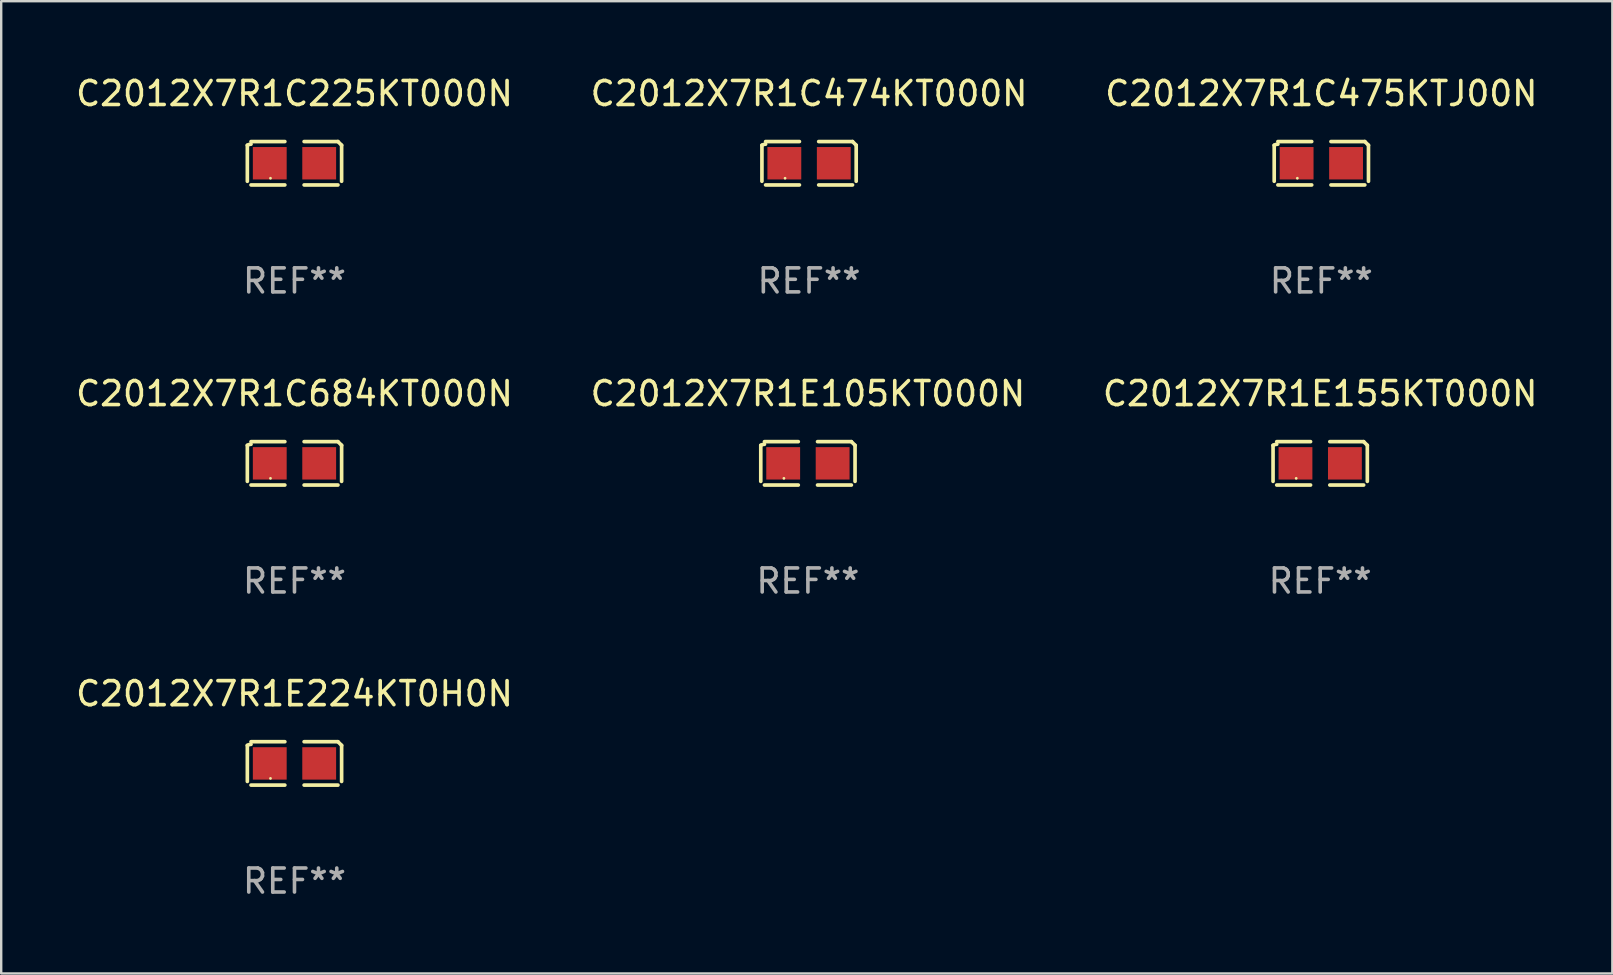
<source format=kicad_pcb>
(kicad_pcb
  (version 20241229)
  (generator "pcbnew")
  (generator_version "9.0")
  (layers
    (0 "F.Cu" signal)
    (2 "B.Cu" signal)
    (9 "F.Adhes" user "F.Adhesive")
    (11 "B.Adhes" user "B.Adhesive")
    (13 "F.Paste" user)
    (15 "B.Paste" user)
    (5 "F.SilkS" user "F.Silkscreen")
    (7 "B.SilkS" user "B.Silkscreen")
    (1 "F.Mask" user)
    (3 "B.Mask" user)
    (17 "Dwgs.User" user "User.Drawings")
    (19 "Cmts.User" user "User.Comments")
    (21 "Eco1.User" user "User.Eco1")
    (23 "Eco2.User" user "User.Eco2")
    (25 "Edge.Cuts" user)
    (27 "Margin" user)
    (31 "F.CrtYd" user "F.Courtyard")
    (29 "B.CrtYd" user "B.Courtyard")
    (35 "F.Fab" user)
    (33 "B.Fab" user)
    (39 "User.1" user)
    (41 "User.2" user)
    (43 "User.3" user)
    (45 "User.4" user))
  (footprint "C2012X7R1E155KT000N"
    (layer "F.Cu")
    (at 51.958 16.256)
    (property "Reference" "C2012X7R1E155KT000N" (at 0 -2.904 0) (layer "F.SilkS") (effects (font (size 1 1) (thickness 0.15))))
    (attr through_hole)
    (fp_line (start -1.964 0.751) (end -1.964 -0.751) (stroke (width 0.152) (type solid)) (layer "F.SilkS"))
    (fp_line (start -1.811 -0.904) (end -0.401 -0.904) (stroke (width 0.152) (type solid)) (layer "F.SilkS"))
    (fp_line (start -0.401 0.904) (end -1.811 0.904) (stroke (width 0.152) (type solid)) (layer "F.SilkS"))
    (fp_line (start 0.401 0.904) (end 1.811 0.904) (stroke (width 0.152) (type solid)) (layer "F.SilkS"))
    (fp_line (start 1.811 -0.904) (end 0.401 -0.904) (stroke (width 0.152) (type solid)) (layer "F.SilkS"))
    (fp_line (start 1.964 0.751) (end 1.964 -0.751) (stroke (width 0.152) (type solid)) (layer "F.SilkS"))
    (fp_arc (start -1.963602 -0.751207) (mid -1.890354 -0.783131) (end -1.811201 -0.794044) (stroke (width 0.1524) (type solid)) (layer "F.SilkS"))
    (fp_arc (start 1.811202 -0.903607) (mid 1.887413 -0.827418) (end 1.963602 -0.751207) (stroke (width 0.1524) (type solid)) (layer "F.SilkS"))
    (fp_circle (center -1 0.625) (end -0.97 0.625) (stroke (width 0.06) (type solid)) (fill no) (layer "F.SilkS"))
    (fp_text user "REF**" (at 0 4.904 0) (layer "F.Fab") (effects (font (size 1 1) (thickness 0.15))))
    (pad "1" smd rect (at -1.03 0) (size 1.41 1.35) (layers "F.Cu" "F.Mask" "F.Paste"))
    (pad "2" smd rect (at 1.03 0) (size 1.41 1.35) (layers "F.Cu" "F.Mask" "F.Paste")))
  (footprint "C2012X7R1E105KT000N"
    (layer "F.Cu")
    (at 30.613 16.256)
    (property "Reference" "C2012X7R1E105KT000N" (at 0 -2.904 0) (layer "F.SilkS") (effects (font (size 1 1) (thickness 0.15))))
    (attr through_hole)
    (fp_line (start -1.964 0.751) (end -1.964 -0.751) (stroke (width 0.152) (type solid)) (layer "F.SilkS"))
    (fp_line (start -1.811 -0.904) (end -0.401 -0.904) (stroke (width 0.152) (type solid)) (layer "F.SilkS"))
    (fp_line (start -0.401 0.904) (end -1.811 0.904) (stroke (width 0.152) (type solid)) (layer "F.SilkS"))
    (fp_line (start 0.401 0.904) (end 1.811 0.904) (stroke (width 0.152) (type solid)) (layer "F.SilkS"))
    (fp_line (start 1.811 -0.904) (end 0.401 -0.904) (stroke (width 0.152) (type solid)) (layer "F.SilkS"))
    (fp_line (start 1.964 0.751) (end 1.964 -0.751) (stroke (width 0.152) (type solid)) (layer "F.SilkS"))
    (fp_arc (start -1.963602 -0.751207) (mid -1.890354 -0.783131) (end -1.811201 -0.794044) (stroke (width 0.1524) (type solid)) (layer "F.SilkS"))
    (fp_arc (start 1.811202 -0.903607) (mid 1.887413 -0.827418) (end 1.963602 -0.751207) (stroke (width 0.1524) (type solid)) (layer "F.SilkS"))
    (fp_circle (center -1 0.625) (end -0.97 0.625) (stroke (width 0.06) (type solid)) (fill no) (layer "F.SilkS"))
    (fp_text user "REF**" (at 0 4.904 0) (layer "F.Fab") (effects (font (size 1 1) (thickness 0.15))))
    (pad "1" smd rect (at -1.03 0) (size 1.41 1.35) (layers "F.Cu" "F.Mask" "F.Paste"))
    (pad "2" smd rect (at 1.03 0) (size 1.41 1.35) (layers "F.Cu" "F.Mask" "F.Paste")))
  (footprint "C2012X7R1C474KT000N"
    (layer "F.Cu")
    (at 30.661 3.752)
    (property "Reference" "C2012X7R1C474KT000N" (at 0 -2.904 0) (layer "F.SilkS") (effects (font (size 1 1) (thickness 0.15))))
    (attr through_hole)
    (fp_line (start -1.964 0.751) (end -1.964 -0.751) (stroke (width 0.152) (type solid)) (layer "F.SilkS"))
    (fp_line (start -1.811 -0.904) (end -0.401 -0.904) (stroke (width 0.152) (type solid)) (layer "F.SilkS"))
    (fp_line (start -0.401 0.904) (end -1.811 0.904) (stroke (width 0.152) (type solid)) (layer "F.SilkS"))
    (fp_line (start 0.401 0.904) (end 1.811 0.904) (stroke (width 0.152) (type solid)) (layer "F.SilkS"))
    (fp_line (start 1.811 -0.904) (end 0.401 -0.904) (stroke (width 0.152) (type solid)) (layer "F.SilkS"))
    (fp_line (start 1.964 0.751) (end 1.964 -0.751) (stroke (width 0.152) (type solid)) (layer "F.SilkS"))
    (fp_arc (start -1.963602 -0.751207) (mid -1.890354 -0.783131) (end -1.811201 -0.794044) (stroke (width 0.1524) (type solid)) (layer "F.SilkS"))
    (fp_arc (start 1.811202 -0.903607) (mid 1.887413 -0.827418) (end 1.963602 -0.751207) (stroke (width 0.1524) (type solid)) (layer "F.SilkS"))
    (fp_circle (center -1 0.625) (end -0.97 0.625) (stroke (width 0.06) (type solid)) (fill no) (layer "F.SilkS"))
    (fp_text user "REF**" (at 0 4.904 0) (layer "F.Fab") (effects (font (size 1 1) (thickness 0.15))))
    (pad "1" smd rect (at -1.03 0) (size 1.41 1.35) (layers "F.Cu" "F.Mask" "F.Paste"))
    (pad "2" smd rect (at 1.03 0) (size 1.41 1.35) (layers "F.Cu" "F.Mask" "F.Paste")))
  (footprint "C2012X7R1C684KT000N"
    (layer "F.Cu")
    (at 9.22 16.256)
    (property "Reference" "C2012X7R1C684KT000N" (at 0 -2.904 0) (layer "F.SilkS") (effects (font (size 1 1) (thickness 0.15))))
    (attr through_hole)
    (fp_line (start -1.964 0.751) (end -1.964 -0.751) (stroke (width 0.152) (type solid)) (layer "F.SilkS"))
    (fp_line (start -1.811 -0.904) (end -0.401 -0.904) (stroke (width 0.152) (type solid)) (layer "F.SilkS"))
    (fp_line (start -0.401 0.904) (end -1.811 0.904) (stroke (width 0.152) (type solid)) (layer "F.SilkS"))
    (fp_line (start 0.401 0.904) (end 1.811 0.904) (stroke (width 0.152) (type solid)) (layer "F.SilkS"))
    (fp_line (start 1.811 -0.904) (end 0.401 -0.904) (stroke (width 0.152) (type solid)) (layer "F.SilkS"))
    (fp_line (start 1.964 0.751) (end 1.964 -0.751) (stroke (width 0.152) (type solid)) (layer "F.SilkS"))
    (fp_arc (start -1.963602 -0.751207) (mid -1.890354 -0.783131) (end -1.811201 -0.794044) (stroke (width 0.1524) (type solid)) (layer "F.SilkS"))
    (fp_arc (start 1.811202 -0.903607) (mid 1.887413 -0.827418) (end 1.963602 -0.751207) (stroke (width 0.1524) (type solid)) (layer "F.SilkS"))
    (fp_circle (center -1 0.625) (end -0.97 0.625) (stroke (width 0.06) (type solid)) (fill no) (layer "F.SilkS"))
    (fp_text user "REF**" (at 0 4.904 0) (layer "F.Fab") (effects (font (size 1 1) (thickness 0.15))))
    (pad "1" smd rect (at -1.03 0) (size 1.41 1.35) (layers "F.Cu" "F.Mask" "F.Paste"))
    (pad "2" smd rect (at 1.03 0) (size 1.41 1.35) (layers "F.Cu" "F.Mask" "F.Paste")))
  (footprint "C2012X7R1C225KT000N"
    (layer "F.Cu")
    (at 9.22 3.752)
    (property "Reference" "C2012X7R1C225KT000N" (at 0 -2.904 0) (layer "F.SilkS") (effects (font (size 1 1) (thickness 0.15))))
    (attr through_hole)
    (fp_line (start -1.964 0.751) (end -1.964 -0.751) (stroke (width 0.152) (type solid)) (layer "F.SilkS"))
    (fp_line (start -1.811 -0.904) (end -0.401 -0.904) (stroke (width 0.152) (type solid)) (layer "F.SilkS"))
    (fp_line (start -0.401 0.904) (end -1.811 0.904) (stroke (width 0.152) (type solid)) (layer "F.SilkS"))
    (fp_line (start 0.401 0.904) (end 1.811 0.904) (stroke (width 0.152) (type solid)) (layer "F.SilkS"))
    (fp_line (start 1.811 -0.904) (end 0.401 -0.904) (stroke (width 0.152) (type solid)) (layer "F.SilkS"))
    (fp_line (start 1.964 0.751) (end 1.964 -0.751) (stroke (width 0.152) (type solid)) (layer "F.SilkS"))
    (fp_arc (start -1.963602 -0.751207) (mid -1.890354 -0.783131) (end -1.811201 -0.794044) (stroke (width 0.1524) (type solid)) (layer "F.SilkS"))
    (fp_arc (start 1.811202 -0.903607) (mid 1.887413 -0.827418) (end 1.963602 -0.751207) (stroke (width 0.1524) (type solid)) (layer "F.SilkS"))
    (fp_circle (center -1 0.625) (end -0.97 0.625) (stroke (width 0.06) (type solid)) (fill no) (layer "F.SilkS"))
    (fp_text user "REF**" (at 0 4.904 0) (layer "F.Fab") (effects (font (size 1 1) (thickness 0.15))))
    (pad "1" smd rect (at -1.03 0) (size 1.41 1.35) (layers "F.Cu" "F.Mask" "F.Paste"))
    (pad "2" smd rect (at 1.03 0) (size 1.41 1.35) (layers "F.Cu" "F.Mask" "F.Paste")))
  (footprint "C2012X7R1E224KT0H0N"
    (layer "F.Cu")
    (at 9.22 28.759)
    (property "Reference" "C2012X7R1E224KT0H0N" (at 0 -2.904 0) (layer "F.SilkS") (effects (font (size 1 1) (thickness 0.15))))
    (attr through_hole)
    (fp_line (start -1.964 0.751) (end -1.964 -0.751) (stroke (width 0.152) (type solid)) (layer "F.SilkS"))
    (fp_line (start -1.811 -0.904) (end -0.401 -0.904) (stroke (width 0.152) (type solid)) (layer "F.SilkS"))
    (fp_line (start -0.401 0.904) (end -1.811 0.904) (stroke (width 0.152) (type solid)) (layer "F.SilkS"))
    (fp_line (start 0.401 0.904) (end 1.811 0.904) (stroke (width 0.152) (type solid)) (layer "F.SilkS"))
    (fp_line (start 1.811 -0.904) (end 0.401 -0.904) (stroke (width 0.152) (type solid)) (layer "F.SilkS"))
    (fp_line (start 1.964 0.751) (end 1.964 -0.751) (stroke (width 0.152) (type solid)) (layer "F.SilkS"))
    (fp_arc (start -1.963602 -0.751207) (mid -1.890354 -0.783131) (end -1.811201 -0.794044) (stroke (width 0.1524) (type solid)) (layer "F.SilkS"))
    (fp_arc (start 1.811202 -0.903607) (mid 1.887413 -0.827418) (end 1.963602 -0.751207) (stroke (width 0.1524) (type solid)) (layer "F.SilkS"))
    (fp_circle (center -1 0.625) (end -0.97 0.625) (stroke (width 0.06) (type solid)) (fill no) (layer "F.SilkS"))
    (fp_text user "REF**" (at 0 4.904 0) (layer "F.Fab") (effects (font (size 1 1) (thickness 0.15))))
    (pad "1" smd rect (at -1.03 0) (size 1.41 1.35) (layers "F.Cu" "F.Mask" "F.Paste"))
    (pad "2" smd rect (at 1.03 0) (size 1.41 1.35) (layers "F.Cu" "F.Mask" "F.Paste")))
  (footprint "C2012X7R1C475KTJ00N"
    (layer "F.Cu")
    (at 52.006 3.752)
    (property "Reference" "C2012X7R1C475KTJ00N" (at 0 -2.904 0) (layer "F.SilkS") (effects (font (size 1 1) (thickness 0.15))))
    (attr through_hole)
    (fp_line (start -1.964 0.751) (end -1.964 -0.751) (stroke (width 0.152) (type solid)) (layer "F.SilkS"))
    (fp_line (start -1.811 -0.904) (end -0.401 -0.904) (stroke (width 0.152) (type solid)) (layer "F.SilkS"))
    (fp_line (start -0.401 0.904) (end -1.811 0.904) (stroke (width 0.152) (type solid)) (layer "F.SilkS"))
    (fp_line (start 0.401 0.904) (end 1.811 0.904) (stroke (width 0.152) (type solid)) (layer "F.SilkS"))
    (fp_line (start 1.811 -0.904) (end 0.401 -0.904) (stroke (width 0.152) (type solid)) (layer "F.SilkS"))
    (fp_line (start 1.964 0.751) (end 1.964 -0.751) (stroke (width 0.152) (type solid)) (layer "F.SilkS"))
    (fp_arc (start -1.963602 -0.751207) (mid -1.890354 -0.783131) (end -1.811201 -0.794044) (stroke (width 0.1524) (type solid)) (layer "F.SilkS"))
    (fp_arc (start 1.811202 -0.903607) (mid 1.887413 -0.827418) (end 1.963602 -0.751207) (stroke (width 0.1524) (type solid)) (layer "F.SilkS"))
    (fp_circle (center -1 0.625) (end -0.97 0.625) (stroke (width 0.06) (type solid)) (fill no) (layer "F.SilkS"))
    (fp_text user "REF**" (at 0 4.904 0) (layer "F.Fab") (effects (font (size 1 1) (thickness 0.15))))
    (pad "1" smd rect (at -1.03 0) (size 1.41 1.35) (layers "F.Cu" "F.Mask" "F.Paste"))
    (pad "2" smd rect (at 1.03 0) (size 1.41 1.35) (layers "F.Cu" "F.Mask" "F.Paste")))
  (gr_rect
    (start -3 -3)
    (end 64.131 37.511)
    (stroke (width 0.1) (type default))
    (fill no)
    (layer "Edge.Cuts")))
</source>
